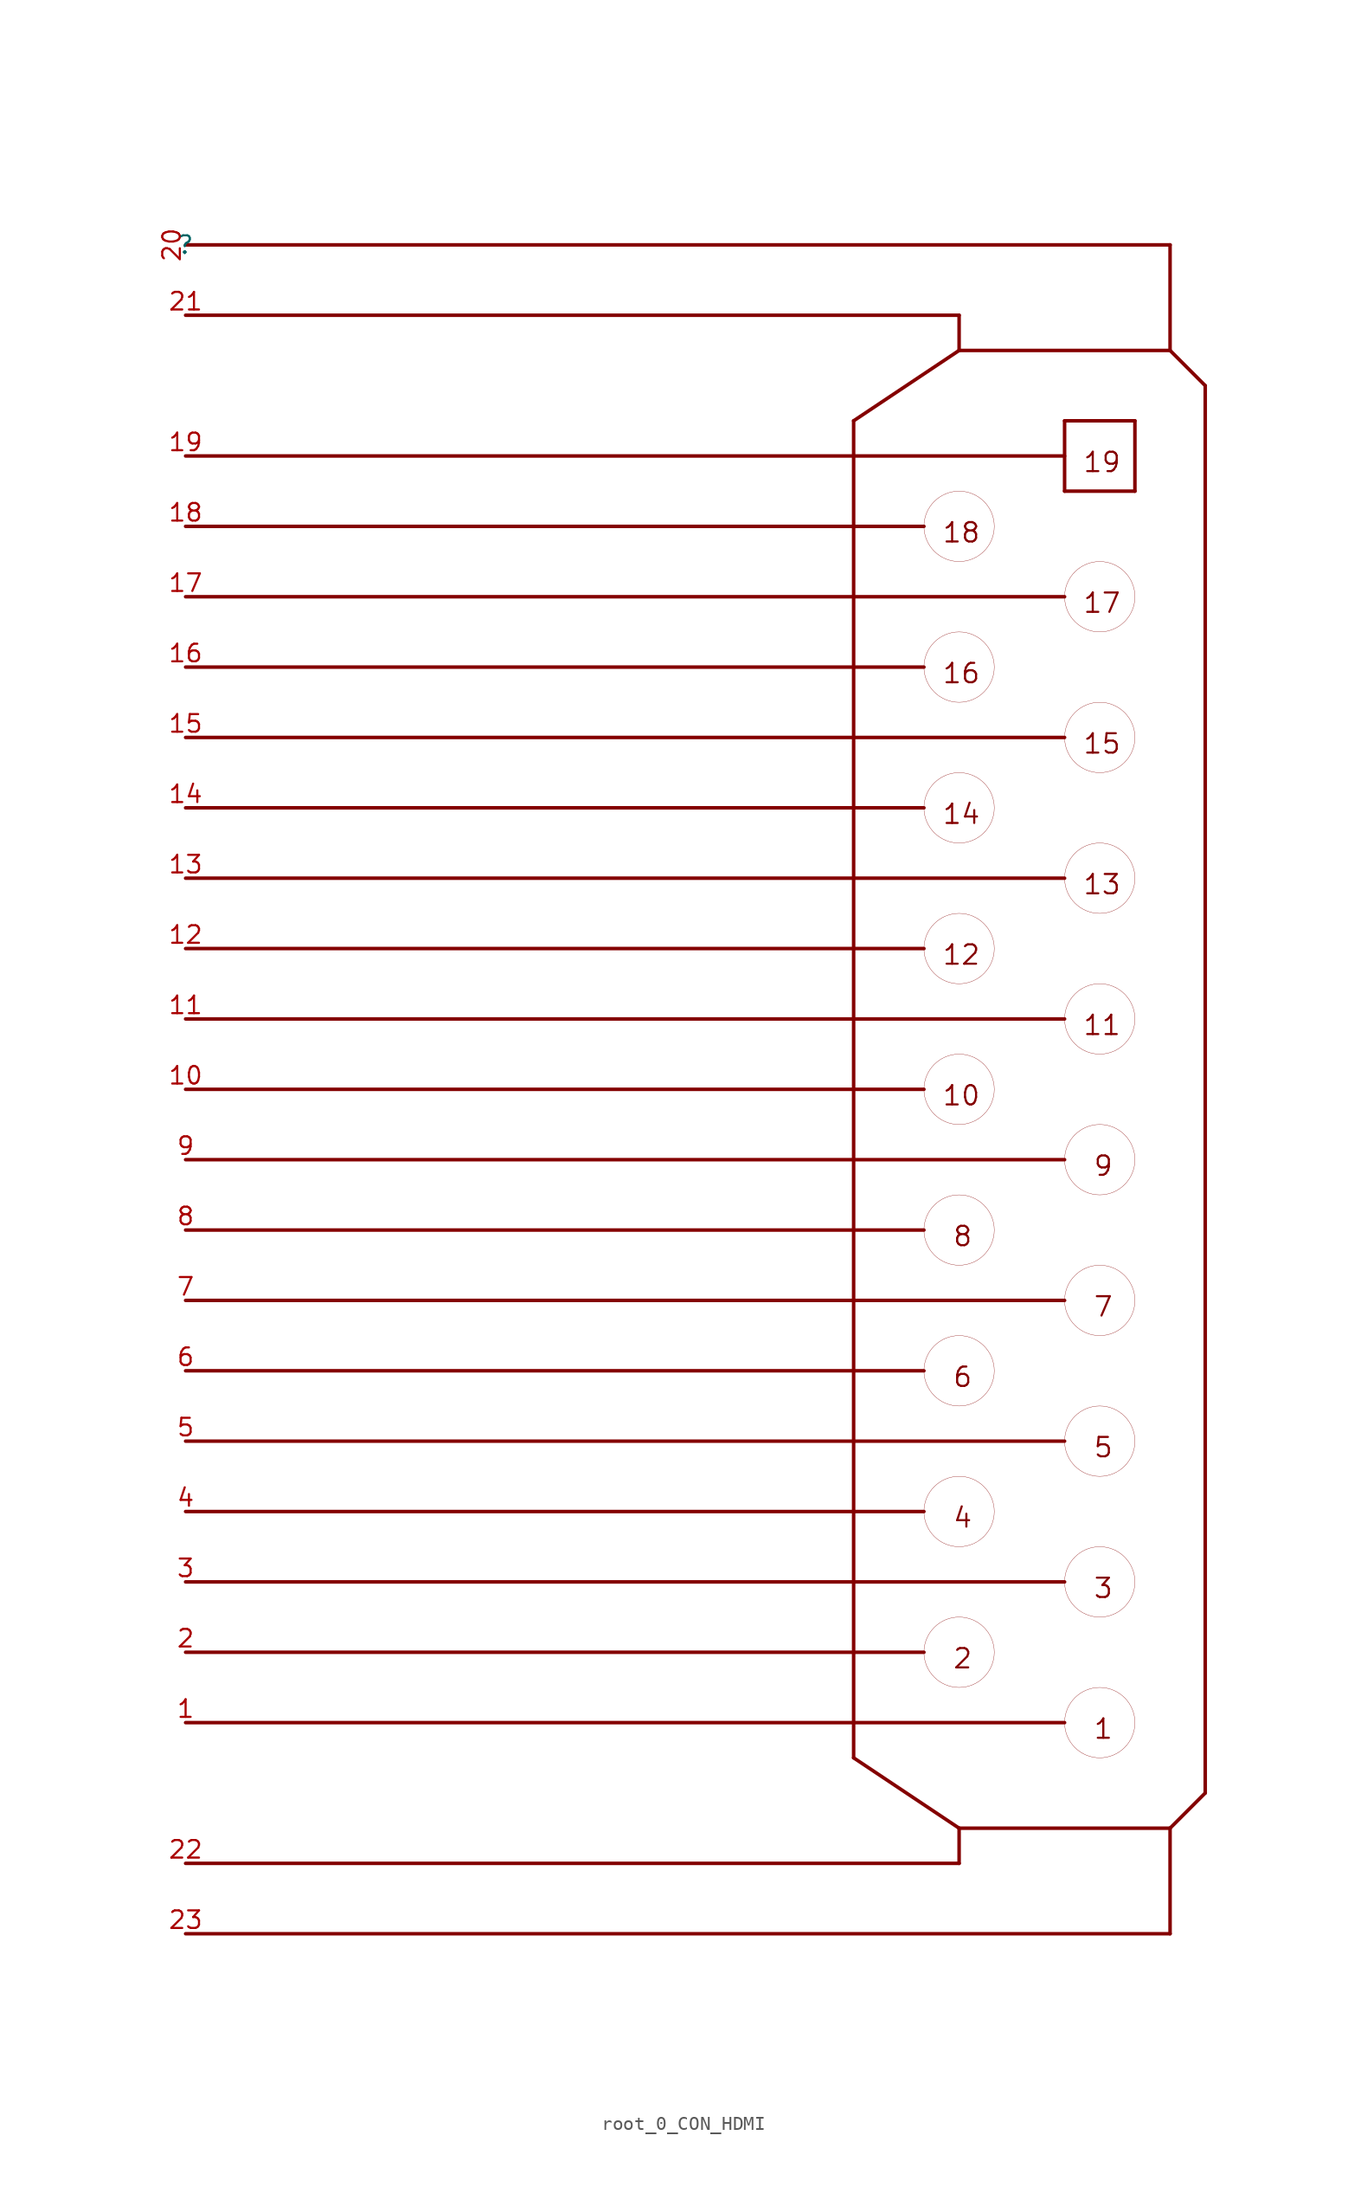
<source format=kicad_sym>
(kicad_symbol_lib
  (version 20220914)
  (generator kicad_symbol_editor)
  (symbol "root_0_CON_HDMI"
    (property "Reference" ""
      (at 0 0 0)
      (effects (font (size 1.27 1.27))))
    (property "Value" ""
      (at 0 0 0)
      (effects (font (size 1.27 1.27))))
    (symbol "root_0_CON_HDMI_1_0"
      (polyline (pts (xy 0 -121.92) (xy 71.12 -121.92)) (stroke (width 0.254) (type solid)) (fill (type none)))
      (polyline (pts (xy 0 -116.84) (xy 55.88 -116.84)) (stroke (width 0.254) (type solid)) (fill (type none)))
      (polyline (pts (xy 0 -106.68) (xy 63.5 -106.68)) (stroke (width 0.254) (type solid)) (fill (type none)))
      (polyline (pts (xy 0 -101.6) (xy 53.34 -101.6)) (stroke (width 0.254) (type solid)) (fill (type none)))
      (polyline (pts (xy 0 -96.52) (xy 63.5 -96.52)) (stroke (width 0.254) (type solid)) (fill (type none)))
      (polyline (pts (xy 0 -91.44) (xy 53.34 -91.44)) (stroke (width 0.254) (type solid)) (fill (type none)))
      (polyline (pts (xy 0 -86.36) (xy 63.5 -86.36)) (stroke (width 0.254) (type solid)) (fill (type none)))
      (polyline (pts (xy 0 -81.28) (xy 53.34 -81.28)) (stroke (width 0.254) (type solid)) (fill (type none)))
      (polyline (pts (xy 0 -76.2) (xy 63.5 -76.2)) (stroke (width 0.254) (type solid)) (fill (type none)))
      (polyline (pts (xy 0 -71.12) (xy 53.34 -71.12)) (stroke (width 0.254) (type solid)) (fill (type none)))
      (polyline (pts (xy 0 -66.04) (xy 63.5 -66.04)) (stroke (width 0.254) (type solid)) (fill (type none)))
      (polyline (pts (xy 0 -60.96) (xy 53.34 -60.96)) (stroke (width 0.254) (type solid)) (fill (type none)))
      (polyline (pts (xy 0 -55.88) (xy 63.5 -55.88)) (stroke (width 0.254) (type solid)) (fill (type none)))
      (polyline (pts (xy 0 -50.8) (xy 53.34 -50.8)) (stroke (width 0.254) (type solid)) (fill (type none)))
      (polyline (pts (xy 0 -45.72) (xy 63.5 -45.72)) (stroke (width 0.254) (type solid)) (fill (type none)))
      (polyline (pts (xy 0 -40.64) (xy 53.34 -40.64)) (stroke (width 0.254) (type solid)) (fill (type none)))
      (polyline (pts (xy 0 -35.56) (xy 63.5 -35.56)) (stroke (width 0.254) (type solid)) (fill (type none)))
      (polyline (pts (xy 0 -30.48) (xy 53.34 -30.48)) (stroke (width 0.254) (type solid)) (fill (type none)))
      (polyline (pts (xy 0 -20.32) (xy 53.34 -20.32)) (stroke (width 0.254) (type solid)) (fill (type none)))
      (polyline (pts (xy 0 -5.08) (xy 55.88 -5.08)) (stroke (width 0.254) (type solid)) (fill (type none)))
      (polyline (pts (xy 0 0) (xy 71.12 0)) (stroke (width 0.254) (type solid)) (fill (type none)))
      (polyline (pts (xy 48.26 -109.22) (xy 55.88 -114.3)) (stroke (width 0.254) (type solid)) (fill (type none)))
      (polyline (pts (xy 48.26 -12.7) (xy 48.26 -109.22)) (stroke (width 0.254) (type solid)) (fill (type none)))
      (polyline (pts (xy 48.26 -12.7) (xy 55.88 -7.62)) (stroke (width 0.254) (type solid)) (fill (type none)))
      (polyline (pts (xy 55.88 -114.3) (xy 55.88 -116.84)) (stroke (width 0.254) (type solid)) (fill (type none)))
      (polyline (pts (xy 55.88 -114.3) (xy 71.12 -114.3)) (stroke (width 0.254) (type solid)) (fill (type none)))
      (polyline (pts (xy 55.88 -5.08) (xy 55.88 -7.62)) (stroke (width 0.254) (type solid)) (fill (type none)))
      (polyline (pts (xy 63.5 -25.4) (xy 0 -25.4)) (stroke (width 0.254) (type solid)) (fill (type none)))
      (polyline (pts (xy 63.5 -17.78) (xy 63.5 -12.7)) (stroke (width 0.254) (type solid)) (fill (type none)))
      (polyline (pts (xy 63.5 -17.78) (xy 68.58 -17.78)) (stroke (width 0.254) (type solid)) (fill (type none)))
      (polyline (pts (xy 63.5 -15.24) (xy 0 -15.24)) (stroke (width 0.254) (type solid)) (fill (type none)))
      (polyline (pts (xy 63.5 -12.7) (xy 68.58 -12.7)) (stroke (width 0.254) (type solid)) (fill (type none)))
      (polyline (pts (xy 68.58 -17.78) (xy 68.58 -12.7)) (stroke (width 0.254) (type solid)) (fill (type none)))
      (polyline (pts (xy 71.12 -121.92) (xy 71.12 -114.3)) (stroke (width 0.254) (type solid)) (fill (type none)))
      (polyline (pts (xy 71.12 -7.62) (xy 55.88 -7.62)) (stroke (width 0.254) (type solid)) (fill (type none)))
      (polyline (pts (xy 71.12 -7.62) (xy 71.12 0)) (stroke (width 0.254) (type solid)) (fill (type none)))
      (polyline (pts (xy 71.12 -7.62) (xy 73.66 -10.16)) (stroke (width 0.254) (type solid)) (fill (type none)))
      (polyline (pts (xy 73.66 -111.76) (xy 71.12 -114.3)) (stroke (width 0.254) (type solid)) (fill (type none)))
      (polyline (pts (xy 73.66 -111.76) (xy 73.66 -10.16)) (stroke (width 0.254) (type solid)) (fill (type none)))
      (circle (center 55.88 -101.6) (radius 2.54) (stroke (width 0.0001) (type solid)) (fill (type none)))
      (circle (center 55.88 -91.44) (radius 2.54) (stroke (width 0.0001) (type solid)) (fill (type none)))
      (circle (center 55.88 -81.28) (radius 2.54) (stroke (width 0.0001) (type solid)) (fill (type none)))
      (circle (center 55.88 -71.12) (radius 2.54) (stroke (width 0.0001) (type solid)) (fill (type none)))
      (circle (center 55.88 -60.96) (radius 2.54) (stroke (width 0.0001) (type solid)) (fill (type none)))
      (circle (center 55.88 -50.8) (radius 2.54) (stroke (width 0.0001) (type solid)) (fill (type none)))
      (circle (center 55.88 -40.64) (radius 2.54) (stroke (width 0.0001) (type solid)) (fill (type none)))
      (circle (center 55.88 -30.48) (radius 2.54) (stroke (width 0.0001) (type solid)) (fill (type none)))
      (circle (center 55.88 -20.32) (radius 2.54) (stroke (width 0.0001) (type solid)) (fill (type none)))
      (circle (center 66.04 -106.68) (radius 2.54) (stroke (width 0.0001) (type solid)) (fill (type none)))
      (circle (center 66.04 -96.52) (radius 2.54) (stroke (width 0.0001) (type solid)) (fill (type none)))
      (circle (center 66.04 -86.36) (radius 2.54) (stroke (width 0.0001) (type solid)) (fill (type none)))
      (circle (center 66.04 -76.2) (radius 2.54) (stroke (width 0.0001) (type solid)) (fill (type none)))
      (circle (center 66.04 -66.04) (radius 2.54) (stroke (width 0.0001) (type solid)) (fill (type none)))
      (circle (center 66.04 -55.88) (radius 2.54) (stroke (width 0.0001) (type solid)) (fill (type none)))
      (circle (center 66.04 -45.72) (radius 2.54) (stroke (width 0.0001) (type solid)) (fill (type none)))
      (circle (center 66.04 -35.56) (radius 2.54) (stroke (width 0.0001) (type solid)) (fill (type none)))
      (circle (center 66.04 -25.4) (radius 2.54) (stroke (width 0.0001) (type solid)) (fill (type none)))
      (text "1" (at 65.532 -107.95 0) (effects (font (size 1.397 1.397)) (justify left bottom)))
      (text "10" (at 54.61 -62.23 0) (effects (font (size 1.397 1.397)) (justify left bottom)))
      (text "11" (at 64.77 -57.15 0) (effects (font (size 1.397 1.397)) (justify left bottom)))
      (text "12" (at 54.61 -52.07 0) (effects (font (size 1.397 1.397)) (justify left bottom)))
      (text "13" (at 64.77 -46.99 0) (effects (font (size 1.397 1.397)) (justify left bottom)))
      (text "14" (at 54.61 -41.91 0) (effects (font (size 1.397 1.397)) (justify left bottom)))
      (text "15" (at 64.77 -36.83 0) (effects (font (size 1.397 1.397)) (justify left bottom)))
      (text "16" (at 54.61 -31.75 0) (effects (font (size 1.397 1.397)) (justify left bottom)))
      (text "17" (at 64.77 -26.67 0) (effects (font (size 1.397 1.397)) (justify left bottom)))
      (text "18" (at 54.61 -21.59 0) (effects (font (size 1.397 1.397)) (justify left bottom)))
      (text "19" (at 64.77 -16.51 0) (effects (font (size 1.397 1.397)) (justify left bottom)))
      (text "2" (at 55.372 -102.87 0) (effects (font (size 1.397 1.397)) (justify left bottom)))
      (text "3" (at 65.532 -97.79 0) (effects (font (size 1.397 1.397)) (justify left bottom)))
      (text "4" (at 55.372 -92.71 0) (effects (font (size 1.397 1.397)) (justify left bottom)))
      (text "5" (at 65.532 -87.63 0) (effects (font (size 1.397 1.397)) (justify left bottom)))
      (text "6" (at 55.372 -82.55 0) (effects (font (size 1.397 1.397)) (justify left bottom)))
      (text "7" (at 65.532 -77.47 0) (effects (font (size 1.397 1.397)) (justify left bottom)))
      (text "8" (at 55.372 -72.39 0) (effects (font (size 1.397 1.397)) (justify left bottom)))
      (text "9" (at 65.532 -67.31 0) (effects (font (size 1.397 1.397)) (justify left bottom)))
      (pin bidirectional line (at 0 -106.68 180) (length 0) (name "D2" (effects (font (size 0 0)))) (number "1" (effects (font (size 1.27 1.27)))))
      (pin bidirectional line (at 0 -60.96 180) (length 0) (name "CK" (effects (font (size 0 0)))) (number "10" (effects (font (size 1.27 1.27)))))
      (pin power_in line (at 0 -55.88 180) (length 0) (name "CK_SHIELD" (effects (font (size 0 0)))) (number "11" (effects (font (size 1.27 1.27)))))
      (pin bidirectional line (at 0 -50.8 180) (length 0) (name "CK*" (effects (font (size 0 0)))) (number "12" (effects (font (size 1.27 1.27)))))
      (pin bidirectional line (at 0 -45.72 180) (length 0) (name "CEC" (effects (font (size 0 0)))) (number "13" (effects (font (size 1.27 1.27)))))
      (pin bidirectional line (at 0 -40.64 180) (length 0) (name "RESERVED" (effects (font (size 0 0)))) (number "14" (effects (font (size 1.27 1.27)))))
      (pin bidirectional line (at 0 -35.56 180) (length 0) (name "SCL" (effects (font (size 0 0)))) (number "15" (effects (font (size 1.27 1.27)))))
      (pin bidirectional line (at 0 -30.48 180) (length 0) (name "SDA" (effects (font (size 0 0)))) (number "16" (effects (font (size 1.27 1.27)))))
      (pin power_in line (at 0 -25.4 180) (length 0) (name "DDC_CEC_GND" (effects (font (size 0 0)))) (number "17" (effects (font (size 1.27 1.27)))))
      (pin power_in line (at 0 -20.32 180) (length 0) (name "5V" (effects (font (size 0 0)))) (number "18" (effects (font (size 1.27 1.27)))))
      (pin bidirectional line (at 0 -15.24 180) (length 0) (name "HP_DET" (effects (font (size 0 0)))) (number "19" (effects (font (size 1.27 1.27)))))
      (pin power_in line (at 0 -101.6 180) (length 0) (name "D2_SHIELD" (effects (font (size 0 0)))) (number "2" (effects (font (size 1.27 1.27)))))
      (pin power_in line (at 0 0 90) (length 0) (name "SHIELD1" (effects (font (size 0 0)))) (number "20" (effects (font (size 1.27 1.27)))))
      (pin power_in line (at 0 -5.08 180) (length 0) (name "SHIELD2" (effects (font (size 0 0)))) (number "21" (effects (font (size 1.27 1.27)))))
      (pin power_in line (at 0 -116.84 180) (length 0) (name "SHIELD3" (effects (font (size 0 0)))) (number "22" (effects (font (size 1.27 1.27)))))
      (pin power_in line (at 0 -121.92 180) (length 0) (name "SHIELD4" (effects (font (size 0 0)))) (number "23" (effects (font (size 1.27 1.27)))))
      (pin bidirectional line (at 0 -96.52 180) (length 0) (name "D2*" (effects (font (size 0 0)))) (number "3" (effects (font (size 1.27 1.27)))))
      (pin bidirectional line (at 0 -91.44 180) (length 0) (name "D1" (effects (font (size 0 0)))) (number "4" (effects (font (size 1.27 1.27)))))
      (pin power_in line (at 0 -86.36 180) (length 0) (name "D1_SHIELD" (effects (font (size 0 0)))) (number "5" (effects (font (size 1.27 1.27)))))
      (pin bidirectional line (at 0 -81.28 180) (length 0) (name "D1*" (effects (font (size 0 0)))) (number "6" (effects (font (size 1.27 1.27)))))
      (pin bidirectional line (at 0 -76.2 180) (length 0) (name "D0" (effects (font (size 0 0)))) (number "7" (effects (font (size 1.27 1.27)))))
      (pin power_in line (at 0 -71.12 180) (length 0) (name "D0_SHIELD" (effects (font (size 0 0)))) (number "8" (effects (font (size 1.27 1.27)))))
      (pin bidirectional line (at 0 -66.04 180) (length 0) (name "D0*" (effects (font (size 0 0)))) (number "9" (effects (font (size 1.27 1.27))))))))
</source>
